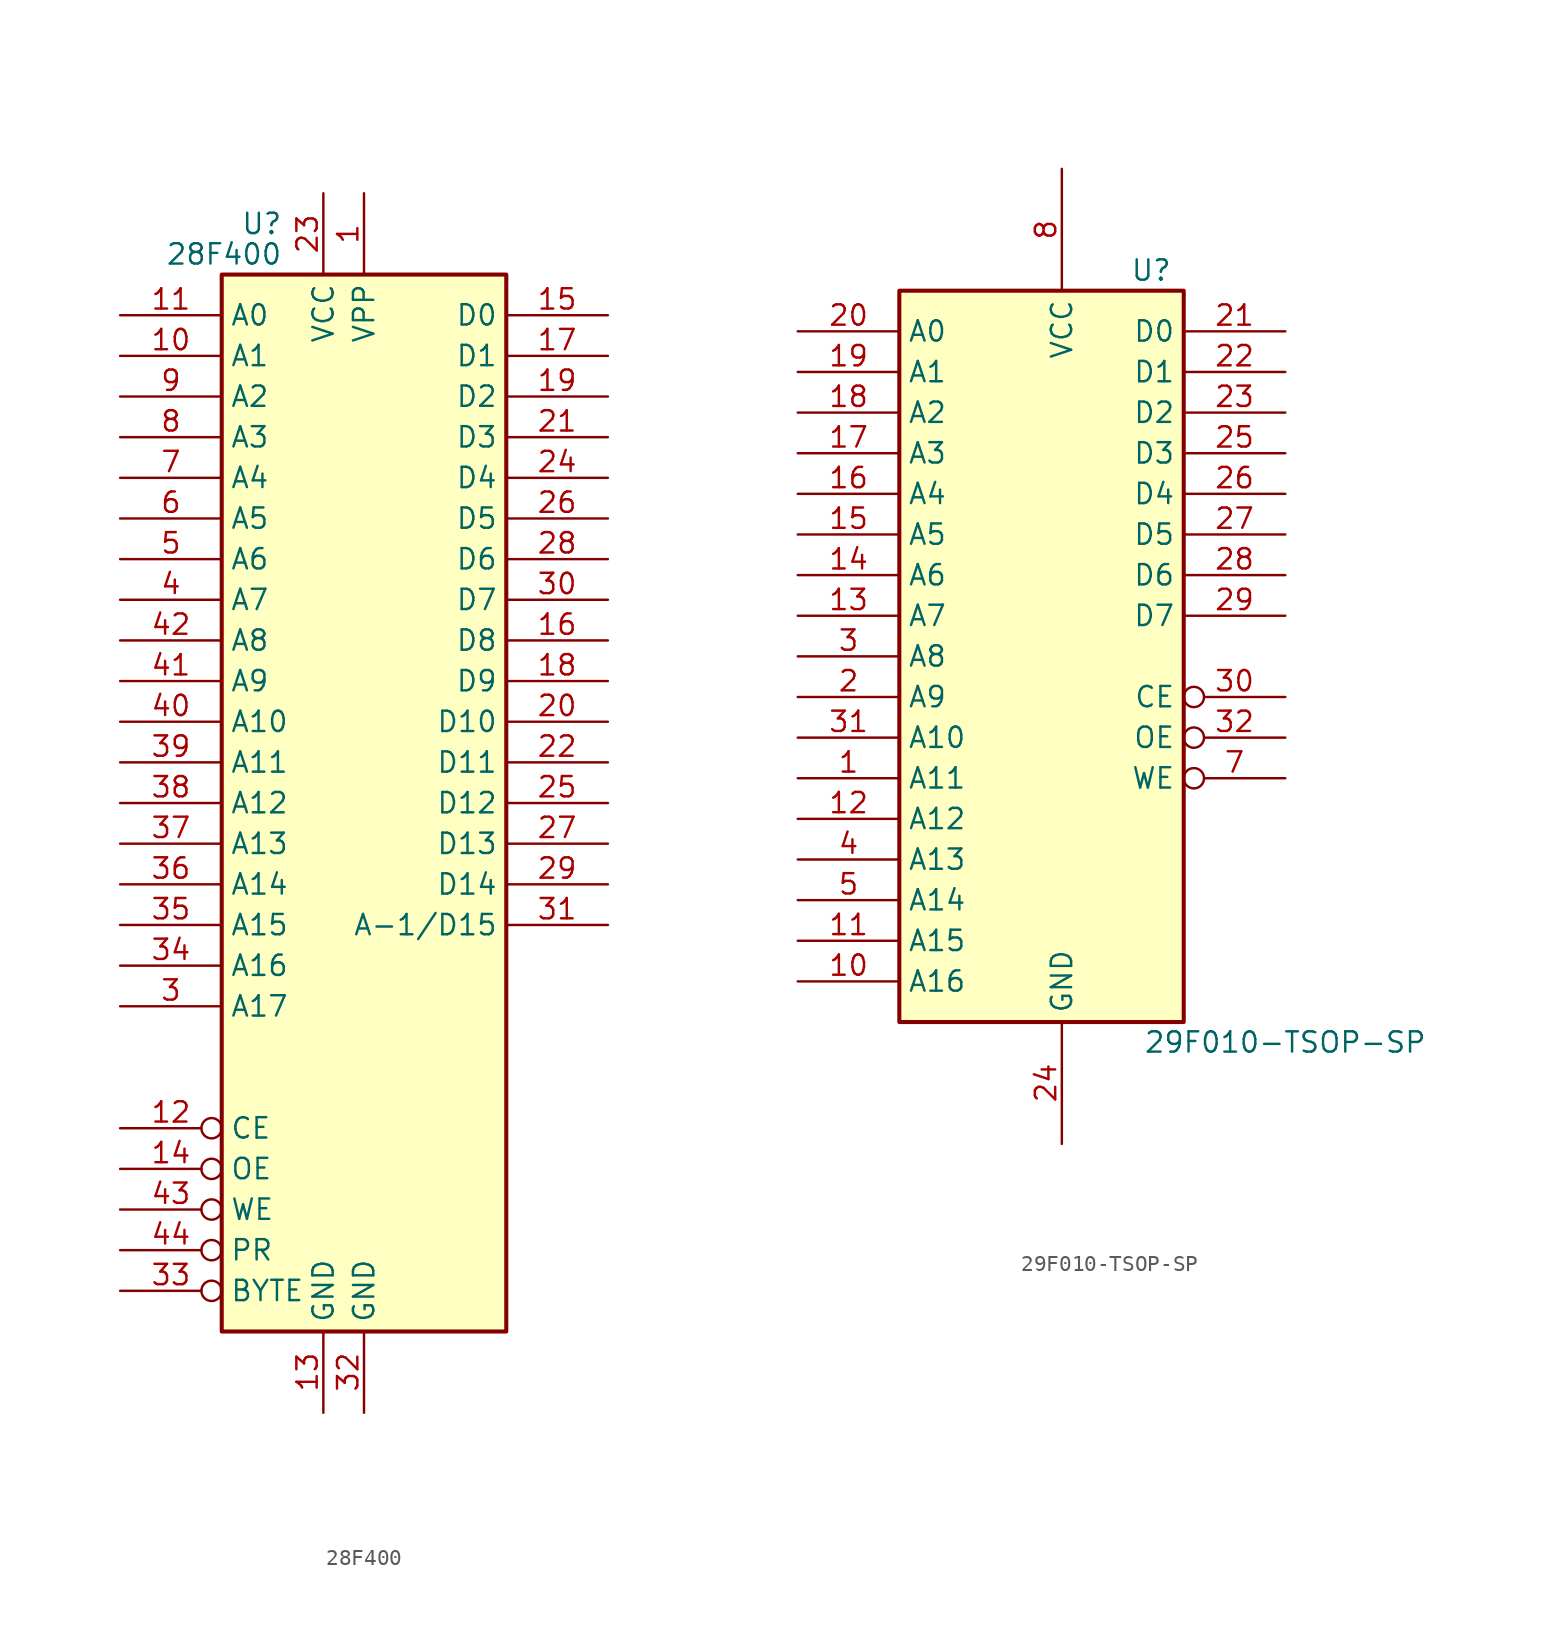
<source format=kicad_sym>
(kicad_symbol_lib
  (version 20211014)
  (generator kicad_symbol_editor)
  (symbol "28F400"
    (property "Reference" "U"
      (at -5.08 36.195 0)
      (effects (font (size 1.27 1.27)) (justify right)))
    (property "Value" "28F400"
      (at -5.08 34.29 0)
      (effects (font (size 1.27 1.27)) (justify right)))
    (symbol "28F400_0_1"
      (rectangle (start -8.89 33.02) (end 8.89 -33.02) (stroke (width 0.254) (type default) (color 0 0 0 0)) (fill (type background))))
    (symbol "28F400_1_1"
      (pin power_in line (at 0 38.1 270) (length 5.08) (name "VPP" (effects (font (size 1.27 1.27)))) (number "1" (effects (font (size 1.27 1.27)))))
      (pin input line (at -15.24 27.94 0) (length 6.35) (name "A1" (effects (font (size 1.27 1.27)))) (number "10" (effects (font (size 1.27 1.27)))))
      (pin input line (at -15.24 30.48 0) (length 6.35) (name "A0" (effects (font (size 1.27 1.27)))) (number "11" (effects (font (size 1.27 1.27)))))
      (pin input inverted (at -15.24 -20.32 0) (length 6.35) (name "CE" (effects (font (size 1.27 1.27)))) (number "12" (effects (font (size 1.27 1.27)))))
      (pin power_in line (at -2.54 -38.1 90) (length 5.08) (name "GND" (effects (font (size 1.27 1.27)))) (number "13" (effects (font (size 1.27 1.27)))))
      (pin input inverted (at -15.24 -22.86 0) (length 6.35) (name "OE" (effects (font (size 1.27 1.27)))) (number "14" (effects (font (size 1.27 1.27)))))
      (pin tri_state line (at 15.24 30.48 180) (length 6.35) (name "D0" (effects (font (size 1.27 1.27)))) (number "15" (effects (font (size 1.27 1.27)))))
      (pin tri_state line (at 15.24 10.16 180) (length 6.35) (name "D8" (effects (font (size 1.27 1.27)))) (number "16" (effects (font (size 1.27 1.27)))))
      (pin tri_state line (at 15.24 27.94 180) (length 6.35) (name "D1" (effects (font (size 1.27 1.27)))) (number "17" (effects (font (size 1.27 1.27)))))
      (pin tri_state line (at 15.24 7.62 180) (length 6.35) (name "D9" (effects (font (size 1.27 1.27)))) (number "18" (effects (font (size 1.27 1.27)))))
      (pin tri_state line (at 15.24 25.4 180) (length 6.35) (name "D2" (effects (font (size 1.27 1.27)))) (number "19" (effects (font (size 1.27 1.27)))))
      (pin no_connect line (at 15.24 -30.48 180) (length 6.35) hide (name "DU" (effects (font (size 1.27 1.27)))) (number "2" (effects (font (size 1.27 1.27)))))
      (pin tri_state line (at 15.24 5.08 180) (length 6.35) (name "D10" (effects (font (size 1.27 1.27)))) (number "20" (effects (font (size 1.27 1.27)))))
      (pin tri_state line (at 15.24 22.86 180) (length 6.35) (name "D3" (effects (font (size 1.27 1.27)))) (number "21" (effects (font (size 1.27 1.27)))))
      (pin tri_state line (at 15.24 2.54 180) (length 6.35) (name "D11" (effects (font (size 1.27 1.27)))) (number "22" (effects (font (size 1.27 1.27)))))
      (pin power_in line (at -2.54 38.1 270) (length 5.08) (name "VCC" (effects (font (size 1.27 1.27)))) (number "23" (effects (font (size 1.27 1.27)))))
      (pin tri_state line (at 15.24 20.32 180) (length 6.35) (name "D4" (effects (font (size 1.27 1.27)))) (number "24" (effects (font (size 1.27 1.27)))))
      (pin tri_state line (at 15.24 0 180) (length 6.35) (name "D12" (effects (font (size 1.27 1.27)))) (number "25" (effects (font (size 1.27 1.27)))))
      (pin tri_state line (at 15.24 17.78 180) (length 6.35) (name "D5" (effects (font (size 1.27 1.27)))) (number "26" (effects (font (size 1.27 1.27)))))
      (pin tri_state line (at 15.24 -2.54 180) (length 6.35) (name "D13" (effects (font (size 1.27 1.27)))) (number "27" (effects (font (size 1.27 1.27)))))
      (pin tri_state line (at 15.24 15.24 180) (length 6.35) (name "D6" (effects (font (size 1.27 1.27)))) (number "28" (effects (font (size 1.27 1.27)))))
      (pin tri_state line (at 15.24 -5.08 180) (length 6.35) (name "D14" (effects (font (size 1.27 1.27)))) (number "29" (effects (font (size 1.27 1.27)))))
      (pin input line (at -15.24 -12.7 0) (length 6.35) (name "A17" (effects (font (size 1.27 1.27)))) (number "3" (effects (font (size 1.27 1.27)))))
      (pin tri_state line (at 15.24 12.7 180) (length 6.35) (name "D7" (effects (font (size 1.27 1.27)))) (number "30" (effects (font (size 1.27 1.27)))))
      (pin tri_state line (at 15.24 -7.62 180) (length 6.35) (name "A-1/D15" (effects (font (size 1.27 1.27)))) (number "31" (effects (font (size 1.27 1.27)))))
      (pin power_in line (at 0 -38.1 90) (length 5.08) (name "GND" (effects (font (size 1.27 1.27)))) (number "32" (effects (font (size 1.27 1.27)))))
      (pin input inverted (at -15.24 -30.48 0) (length 6.35) (name "BYTE" (effects (font (size 1.27 1.27)))) (number "33" (effects (font (size 1.27 1.27)))))
      (pin input line (at -15.24 -10.16 0) (length 6.35) (name "A16" (effects (font (size 1.27 1.27)))) (number "34" (effects (font (size 1.27 1.27)))))
      (pin input line (at -15.24 -7.62 0) (length 6.35) (name "A15" (effects (font (size 1.27 1.27)))) (number "35" (effects (font (size 1.27 1.27)))))
      (pin input line (at -15.24 -5.08 0) (length 6.35) (name "A14" (effects (font (size 1.27 1.27)))) (number "36" (effects (font (size 1.27 1.27)))))
      (pin input line (at -15.24 -2.54 0) (length 6.35) (name "A13" (effects (font (size 1.27 1.27)))) (number "37" (effects (font (size 1.27 1.27)))))
      (pin input line (at -15.24 0 0) (length 6.35) (name "A12" (effects (font (size 1.27 1.27)))) (number "38" (effects (font (size 1.27 1.27)))))
      (pin input line (at -15.24 2.54 0) (length 6.35) (name "A11" (effects (font (size 1.27 1.27)))) (number "39" (effects (font (size 1.27 1.27)))))
      (pin input line (at -15.24 12.7 0) (length 6.35) (name "A7" (effects (font (size 1.27 1.27)))) (number "4" (effects (font (size 1.27 1.27)))))
      (pin input line (at -15.24 5.08 0) (length 6.35) (name "A10" (effects (font (size 1.27 1.27)))) (number "40" (effects (font (size 1.27 1.27)))))
      (pin input line (at -15.24 7.62 0) (length 6.35) (name "A9" (effects (font (size 1.27 1.27)))) (number "41" (effects (font (size 1.27 1.27)))))
      (pin input line (at -15.24 10.16 0) (length 6.35) (name "A8" (effects (font (size 1.27 1.27)))) (number "42" (effects (font (size 1.27 1.27)))))
      (pin input inverted (at -15.24 -25.4 0) (length 6.35) (name "WE" (effects (font (size 1.27 1.27)))) (number "43" (effects (font (size 1.27 1.27)))))
      (pin input inverted (at -15.24 -27.94 0) (length 6.35) (name "PR" (effects (font (size 1.27 1.27)))) (number "44" (effects (font (size 1.27 1.27)))))
      (pin input line (at -15.24 15.24 0) (length 6.35) (name "A6" (effects (font (size 1.27 1.27)))) (number "5" (effects (font (size 1.27 1.27)))))
      (pin input line (at -15.24 17.78 0) (length 6.35) (name "A5" (effects (font (size 1.27 1.27)))) (number "6" (effects (font (size 1.27 1.27)))))
      (pin input line (at -15.24 20.32 0) (length 6.35) (name "A4" (effects (font (size 1.27 1.27)))) (number "7" (effects (font (size 1.27 1.27)))))
      (pin input line (at -15.24 22.86 0) (length 6.35) (name "A3" (effects (font (size 1.27 1.27)))) (number "8" (effects (font (size 1.27 1.27)))))
      (pin input line (at -15.24 25.4 0) (length 6.35) (name "A2" (effects (font (size 1.27 1.27)))) (number "9" (effects (font (size 1.27 1.27)))))))
  (symbol "29F010-TSOP-SP"
    (property "Reference" "U"
      (at 6.858 24.13 0)
      (effects (font (size 1.27 1.27))))
    (property "Value" "29F010-TSOP-SP"
      (at 15.24 -24.13 0)
      (effects (font (size 1.27 1.27))))
    (symbol "29F010-TSOP-SP_0_1"
      (rectangle (start -8.89 -22.86) (end 8.89 22.86) (stroke (width 0.254) (type default) (color 0 0 0 0)) (fill (type background))))
    (symbol "29F010-TSOP-SP_1_1"
      (pin input line (at -15.24 -7.62 0) (length 6.35) (name "A11" (effects (font (size 1.27 1.27)))) (number "1" (effects (font (size 1.27 1.27)))))
      (pin input line (at -15.24 -20.32 0) (length 6.35) (name "A16" (effects (font (size 1.27 1.27)))) (number "10" (effects (font (size 1.27 1.27)))))
      (pin input line (at -15.24 -17.78 0) (length 6.35) (name "A15" (effects (font (size 1.27 1.27)))) (number "11" (effects (font (size 1.27 1.27)))))
      (pin input line (at -15.24 -10.16 0) (length 6.35) (name "A12" (effects (font (size 1.27 1.27)))) (number "12" (effects (font (size 1.27 1.27)))))
      (pin input line (at -15.24 2.54 0) (length 6.35) (name "A7" (effects (font (size 1.27 1.27)))) (number "13" (effects (font (size 1.27 1.27)))))
      (pin input line (at -15.24 5.08 0) (length 6.35) (name "A6" (effects (font (size 1.27 1.27)))) (number "14" (effects (font (size 1.27 1.27)))))
      (pin input line (at -15.24 7.62 0) (length 6.35) (name "A5" (effects (font (size 1.27 1.27)))) (number "15" (effects (font (size 1.27 1.27)))))
      (pin input line (at -15.24 10.16 0) (length 6.35) (name "A4" (effects (font (size 1.27 1.27)))) (number "16" (effects (font (size 1.27 1.27)))))
      (pin input line (at -15.24 12.7 0) (length 6.35) (name "A3" (effects (font (size 1.27 1.27)))) (number "17" (effects (font (size 1.27 1.27)))))
      (pin input line (at -15.24 15.24 0) (length 6.35) (name "A2" (effects (font (size 1.27 1.27)))) (number "18" (effects (font (size 1.27 1.27)))))
      (pin input line (at -15.24 17.78 0) (length 6.35) (name "A1" (effects (font (size 1.27 1.27)))) (number "19" (effects (font (size 1.27 1.27)))))
      (pin input line (at -15.24 -2.54 0) (length 6.35) (name "A9" (effects (font (size 1.27 1.27)))) (number "2" (effects (font (size 1.27 1.27)))))
      (pin input line (at -15.24 20.32 0) (length 6.35) (name "A0" (effects (font (size 1.27 1.27)))) (number "20" (effects (font (size 1.27 1.27)))))
      (pin tri_state line (at 15.24 20.32 180) (length 6.35) (name "D0" (effects (font (size 1.27 1.27)))) (number "21" (effects (font (size 1.27 1.27)))))
      (pin tri_state line (at 15.24 17.78 180) (length 6.35) (name "D1" (effects (font (size 1.27 1.27)))) (number "22" (effects (font (size 1.27 1.27)))))
      (pin tri_state line (at 15.24 15.24 180) (length 6.35) (name "D2" (effects (font (size 1.27 1.27)))) (number "23" (effects (font (size 1.27 1.27)))))
      (pin input line (at 1.27 -30.48 90) (length 7.62) (name "GND" (effects (font (size 1.27 1.27)))) (number "24" (effects (font (size 1.27 1.27)))))
      (pin tri_state line (at 15.24 12.7 180) (length 6.35) (name "D3" (effects (font (size 1.27 1.27)))) (number "25" (effects (font (size 1.27 1.27)))))
      (pin tri_state line (at 15.24 10.16 180) (length 6.35) (name "D4" (effects (font (size 1.27 1.27)))) (number "26" (effects (font (size 1.27 1.27)))))
      (pin tri_state line (at 15.24 7.62 180) (length 6.35) (name "D5" (effects (font (size 1.27 1.27)))) (number "27" (effects (font (size 1.27 1.27)))))
      (pin tri_state line (at 15.24 5.08 180) (length 6.35) (name "D6" (effects (font (size 1.27 1.27)))) (number "28" (effects (font (size 1.27 1.27)))))
      (pin tri_state line (at 15.24 2.54 180) (length 6.35) (name "D7" (effects (font (size 1.27 1.27)))) (number "29" (effects (font (size 1.27 1.27)))))
      (pin input line (at -15.24 0 0) (length 6.35) (name "A8" (effects (font (size 1.27 1.27)))) (number "3" (effects (font (size 1.27 1.27)))))
      (pin input inverted (at 15.24 -2.54 180) (length 6.35) (name "CE" (effects (font (size 1.27 1.27)))) (number "30" (effects (font (size 1.27 1.27)))))
      (pin input line (at -15.24 -5.08 0) (length 6.35) (name "A10" (effects (font (size 1.27 1.27)))) (number "31" (effects (font (size 1.27 1.27)))))
      (pin input inverted (at 15.24 -5.08 180) (length 6.35) (name "OE" (effects (font (size 1.27 1.27)))) (number "32" (effects (font (size 1.27 1.27)))))
      (pin input line (at -15.24 -12.7 0) (length 6.35) (name "A13" (effects (font (size 1.27 1.27)))) (number "4" (effects (font (size 1.27 1.27)))))
      (pin input line (at -15.24 -15.24 0) (length 6.35) (name "A14" (effects (font (size 1.27 1.27)))) (number "5" (effects (font (size 1.27 1.27)))))
      (pin input inverted (at 15.24 -7.62 180) (length 6.35) (name "WE" (effects (font (size 1.27 1.27)))) (number "7" (effects (font (size 1.27 1.27)))))
      (pin input line (at 1.27 30.48 270) (length 7.62) (name "VCC" (effects (font (size 1.27 1.27)))) (number "8" (effects (font (size 1.27 1.27))))))))
</source>
